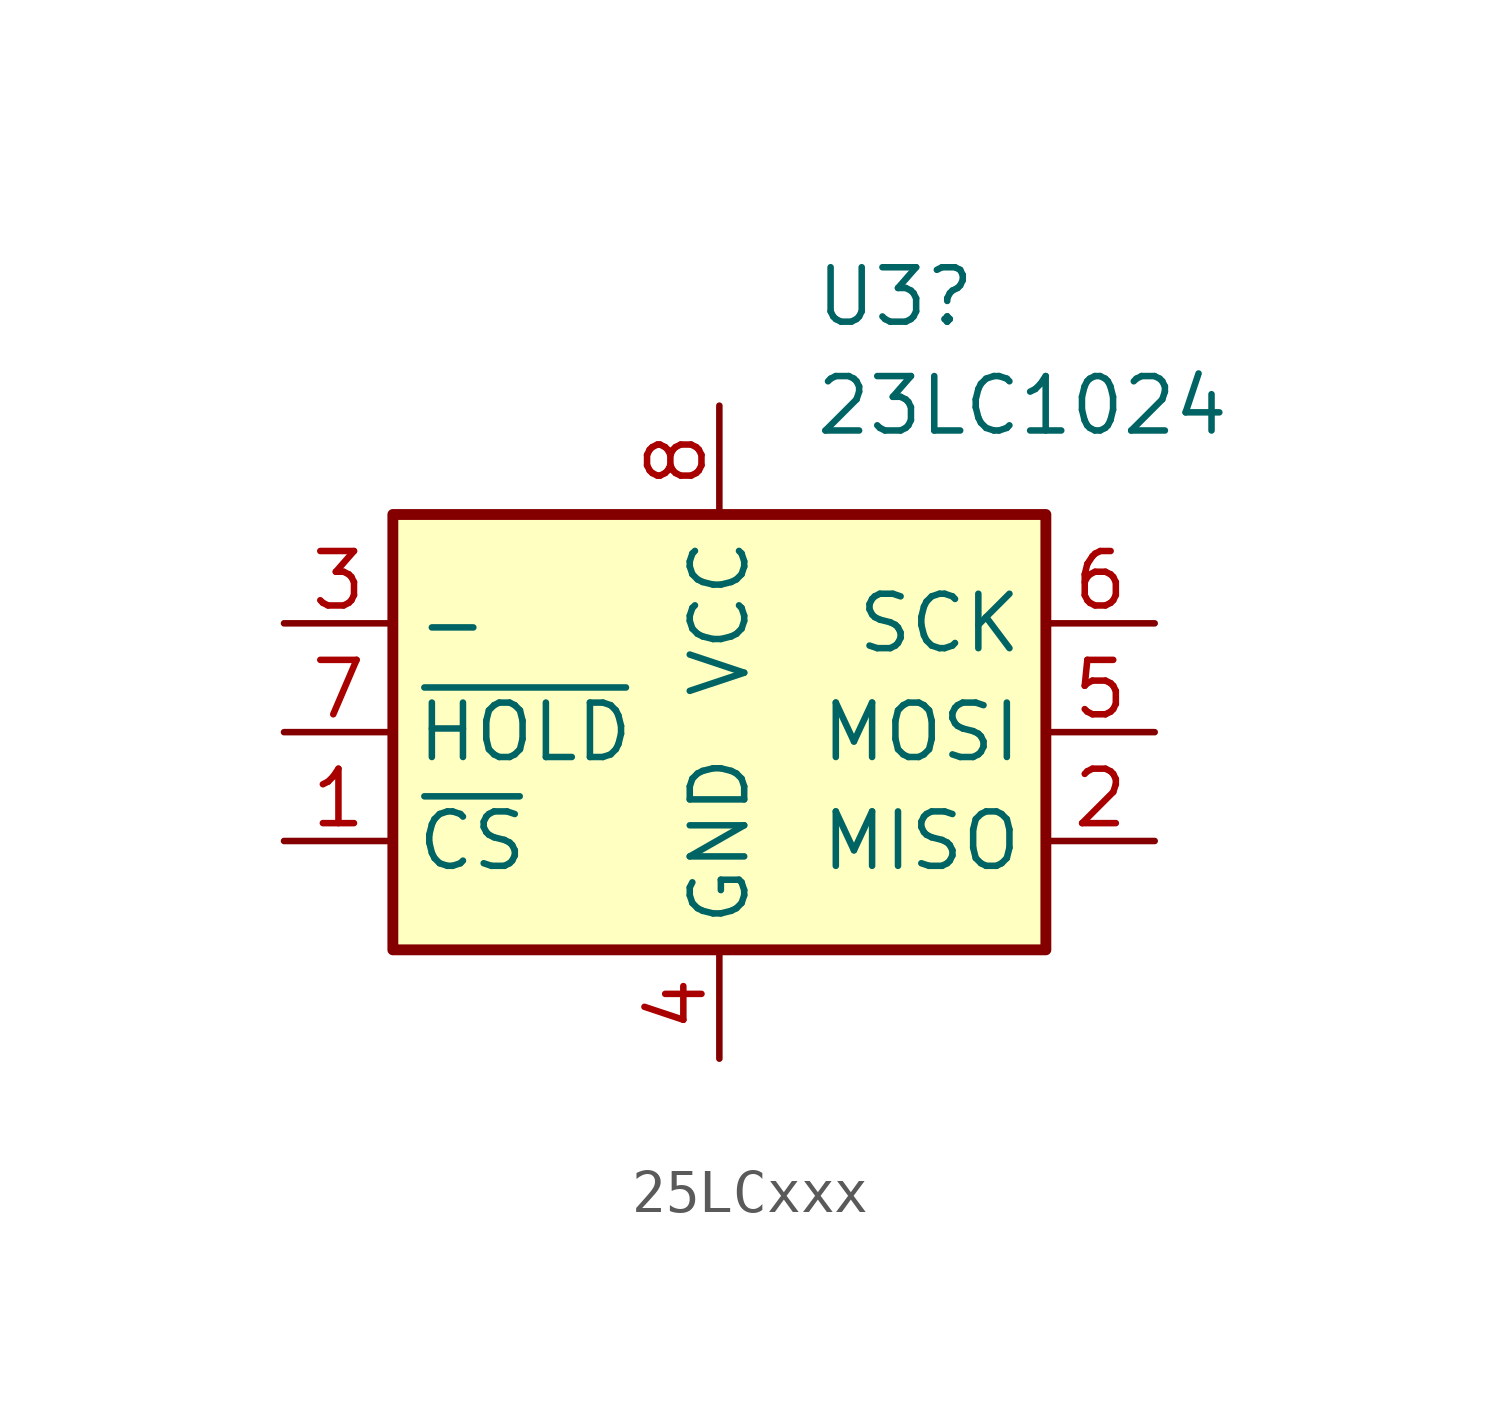
<source format=kicad_sym>
(kicad_symbol_lib
  (version 20220914)
  (generator kicad_symbol_editor)
  (symbol "25LCxxx"
    (property "Reference" "U3"
      (at 2.194 10.16 0)
      (effects (font (size 1.27 1.27)) (justify left)))
    (property "Value" "23LC1024"
      (at 2.194 7.62 0)
      (effects (font (size 1.27 1.27)) (justify left)))
    (symbol "25LCxxx_1_1"
      (rectangle (start -7.62 5.08) (end 7.62 -5.08) (stroke (width 0.254) (type default)) (fill (type background)))
      (pin input line (at -10.16 -2.54 0) (length 2.54) (name "~{CS}" (effects (font (size 1.27 1.27)))) (number "1" (effects (font (size 1.27 1.27)))))
      (pin tri_state line (at 10.16 -2.54 180) (length 2.54) (name "MISO" (effects (font (size 1.27 1.27)))) (number "2" (effects (font (size 1.27 1.27)))))
      (pin input line (at -10.16 2.54 0) (length 2.54) (name "-" (effects (font (size 1.27 1.27)))) (number "3" (effects (font (size 1.27 1.27)))))
      (pin power_in line (at 0 -7.62 90) (length 2.54) (name "GND" (effects (font (size 1.27 1.27)))) (number "4" (effects (font (size 1.27 1.27)))))
      (pin input line (at 10.16 0 180) (length 2.54) (name "MOSI" (effects (font (size 1.27 1.27)))) (number "5" (effects (font (size 1.27 1.27)))))
      (pin input line (at 10.16 2.54 180) (length 2.54) (name "SCK" (effects (font (size 1.27 1.27)))) (number "6" (effects (font (size 1.27 1.27)))))
      (pin input line (at -10.16 0 0) (length 2.54) (name "~{HOLD}" (effects (font (size 1.27 1.27)))) (number "7" (effects (font (size 1.27 1.27)))))
      (pin power_in line (at 0 7.62 270) (length 2.54) (name "VCC" (effects (font (size 1.27 1.27)))) (number "8" (effects (font (size 1.27 1.27))))))))
</source>
